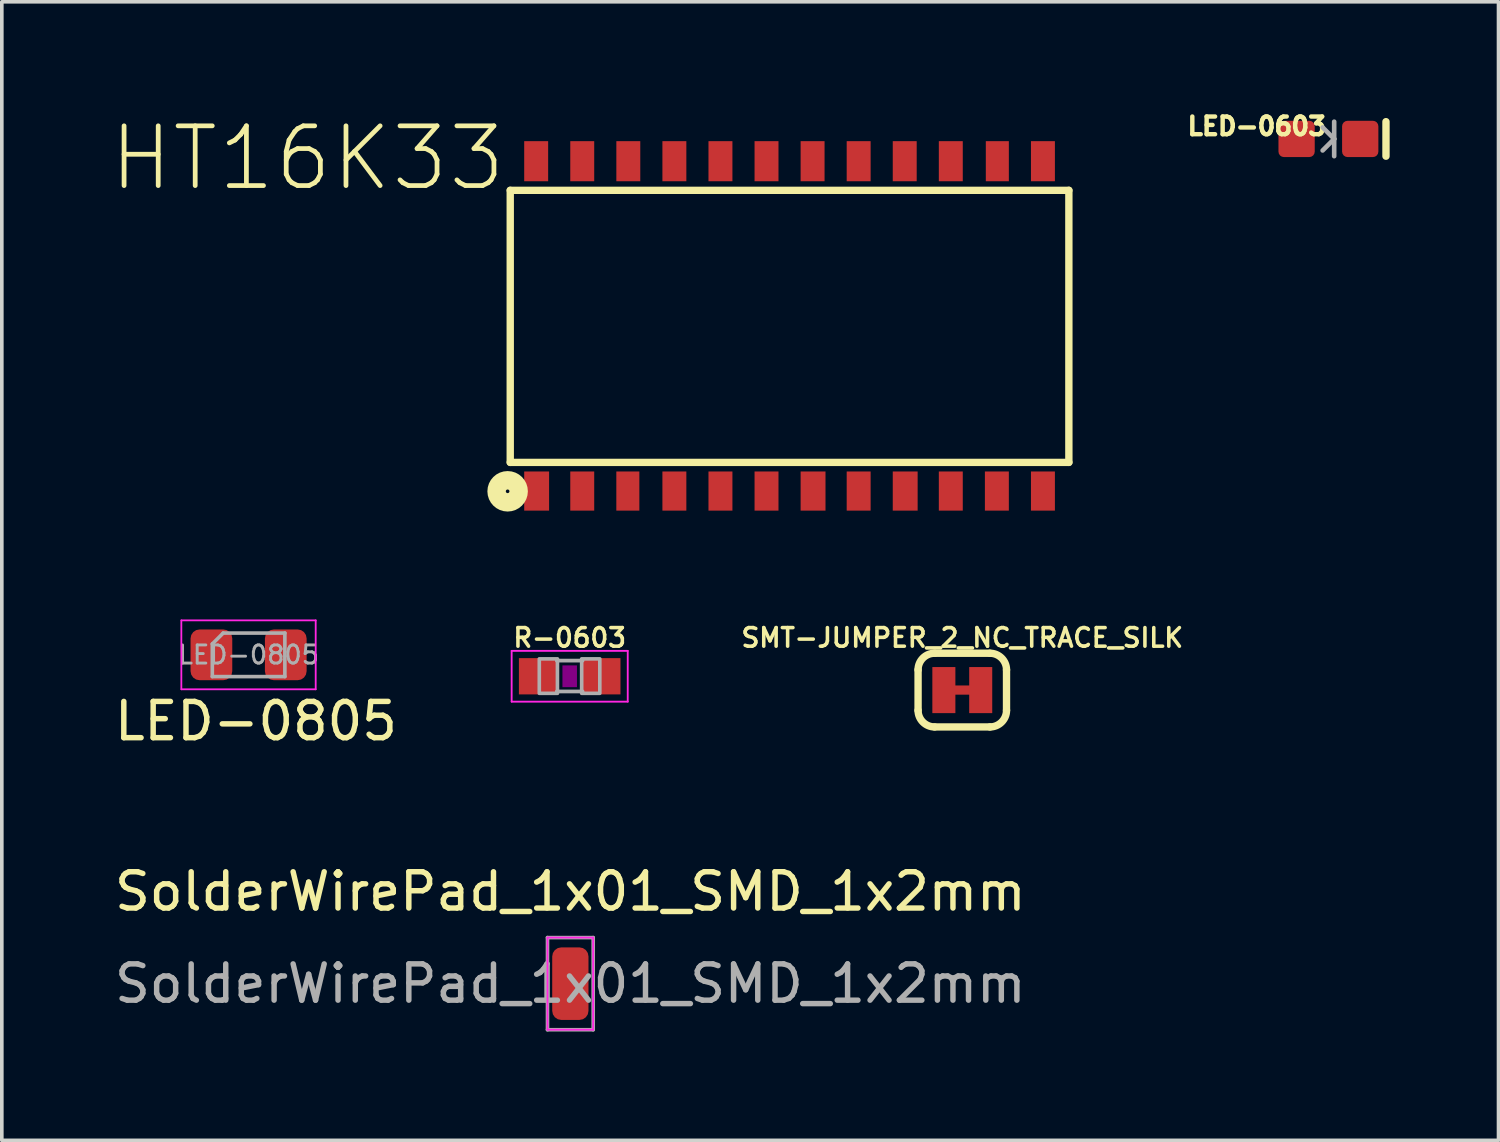
<source format=kicad_pcb>
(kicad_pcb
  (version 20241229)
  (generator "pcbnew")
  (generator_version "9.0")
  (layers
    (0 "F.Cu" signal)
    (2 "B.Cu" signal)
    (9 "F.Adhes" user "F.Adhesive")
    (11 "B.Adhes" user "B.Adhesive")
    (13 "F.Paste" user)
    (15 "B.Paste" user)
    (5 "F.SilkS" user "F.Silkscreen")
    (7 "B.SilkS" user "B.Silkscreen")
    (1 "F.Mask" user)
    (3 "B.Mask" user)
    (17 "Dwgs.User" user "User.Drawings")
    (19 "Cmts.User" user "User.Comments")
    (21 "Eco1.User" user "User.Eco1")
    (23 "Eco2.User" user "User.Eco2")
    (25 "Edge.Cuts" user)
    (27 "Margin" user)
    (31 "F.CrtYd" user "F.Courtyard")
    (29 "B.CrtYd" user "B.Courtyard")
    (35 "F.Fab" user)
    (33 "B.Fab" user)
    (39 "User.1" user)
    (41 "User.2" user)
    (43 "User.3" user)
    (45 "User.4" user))
  (footprint "HT16K33"
    (layer "F.Cu")
    (at 18.716 5.947)
    (property "Reference" "HT16K33" (at -7.75 -5.6 180) (layer "F.SilkS") (effects (font (size 1.647 1.647) (thickness 0.131)) (justify right top)))
    (fp_line (start -7.7 -3.75) (end 7.7 -3.75) (stroke (width 0.203) (type solid)) (layer "F.SilkS"))
    (fp_line (start -7.7 3.75) (end -7.7 -3.75) (stroke (width 0.203) (type solid)) (layer "F.SilkS"))
    (fp_line (start 7.7 -3.75) (end 7.7 3.75) (stroke (width 0.203) (type solid)) (layer "F.SilkS"))
    (fp_line (start 7.7 3.75) (end -7.7 3.75) (stroke (width 0.203) (type solid)) (layer "F.SilkS"))
    (fp_circle (center -7.772 4.547) (end -7.722 4.547) (stroke (width 0.508) (type solid)) (fill no) (layer "F.SilkS"))
    (pad "1" smd rect (at -6.972 4.54) (size 0.686 1.079) (layers "F.Cu" "F.Mask" "F.Paste"))
    (pad "2" smd rect (at -5.715 4.54) (size 0.66 1.079) (layers "F.Cu" "F.Mask" "F.Paste"))
    (pad "3" smd rect (at -4.458 4.54) (size 0.635 1.079) (layers "F.Cu" "F.Mask" "F.Paste"))
    (pad "4" smd rect (at -3.175 4.54) (size 0.66 1.079) (layers "F.Cu" "F.Mask" "F.Paste"))
    (pad "5" smd rect (at -1.905 4.54) (size 0.66 1.079) (layers "F.Cu" "F.Mask" "F.Paste"))
    (pad "6" smd rect (at -0.635 4.54) (size 0.66 1.079) (layers "F.Cu" "F.Mask" "F.Paste"))
    (pad "7" smd rect (at 0.648 4.54) (size 0.686 1.079) (layers "F.Cu" "F.Mask" "F.Paste"))
    (pad "8" smd rect (at 1.905 4.54) (size 0.66 1.079) (layers "F.Cu" "F.Mask" "F.Paste"))
    (pad "9" smd rect (at 3.188 4.54) (size 0.686 1.079) (layers "F.Cu" "F.Mask" "F.Paste"))
    (pad "10" smd rect (at 4.445 4.54) (size 0.66 1.079) (layers "F.Cu" "F.Mask" "F.Paste"))
    (pad "11" smd rect (at 5.715 4.54) (size 0.66 1.079) (layers "F.Cu" "F.Mask" "F.Paste"))
    (pad "12" smd rect (at 6.985 4.54) (size 0.66 1.079) (layers "F.Cu" "F.Mask" "F.Paste"))
    (pad "13" smd rect (at 6.985 -4.553) (size 0.66 1.105) (layers "F.Cu" "F.Mask" "F.Paste"))
    (pad "14" smd rect (at 5.728 -4.553) (size 0.635 1.105) (layers "F.Cu" "F.Mask" "F.Paste"))
    (pad "15" smd rect (at 4.445 -4.553) (size 0.66 1.105) (layers "F.Cu" "F.Mask" "F.Paste"))
    (pad "16" smd rect (at 3.175 -4.553) (size 0.66 1.105) (layers "F.Cu" "F.Mask" "F.Paste"))
    (pad "17" smd rect (at 1.905 -4.553) (size 0.66 1.105) (layers "F.Cu" "F.Mask" "F.Paste"))
    (pad "18" smd rect (at 0.635 -4.553) (size 0.66 1.105) (layers "F.Cu" "F.Mask" "F.Paste"))
    (pad "19" smd rect (at -0.635 -4.553) (size 0.66 1.105) (layers "F.Cu" "F.Mask" "F.Paste"))
    (pad "20" smd rect (at -1.905 -4.553) (size 0.66 1.105) (layers "F.Cu" "F.Mask" "F.Paste"))
    (pad "21" smd rect (at -3.175 -4.553) (size 0.66 1.105) (layers "F.Cu" "F.Mask" "F.Paste"))
    (pad "22" smd rect (at -4.445 -4.553) (size 0.66 1.105) (layers "F.Cu" "F.Mask" "F.Paste"))
    (pad "23" smd rect (at -5.715 -4.553) (size 0.66 1.105) (layers "F.Cu" "F.Mask" "F.Paste"))
    (pad "24" smd rect (at -6.985 -4.553) (size 0.66 1.105) (layers "F.Cu" "F.Mask" "F.Paste")))
  (footprint "LED-0603"
    (layer "F.Cu")
    (at 33.571 0.78)
    (property "Reference" "LED-0603" (at 0 -0.635 0) (layer "F.SilkS") (effects (font (size 0.488 0.488) (thickness 0.122)) (justify right top)))
    (fp_line (start 1.587 -0.476) (end 1.587 0.476) (stroke (width 0.203) (type solid)) (layer "F.SilkS"))
    (fp_line (start 0.159 -0.476) (end 0.159 0) (stroke (width 0.127) (type solid)) (layer "F.Fab"))
    (fp_line (start 0.159 0) (end -0.159 -0.318) (stroke (width 0.127) (type solid)) (layer "F.Fab"))
    (fp_line (start 0.159 0) (end -0.159 0.318) (stroke (width 0.127) (type solid)) (layer "F.Fab"))
    (fp_line (start 0.159 0) (end 0.159 0.476) (stroke (width 0.127) (type solid)) (layer "F.Fab"))
    (pad "1" smd roundrect (at -0.877 0 270) (size 1 1) (layers "F.Cu" "F.Mask" "F.Paste") (roundrect_rratio 0.15))
    (pad "2" smd roundrect (at 0.877 0 270) (size 1 1) (layers "F.Cu" "F.Mask" "F.Paste") (roundrect_rratio 0.15)))
  (footprint "R-0603"
    (layer "F.Cu")
    (at 12.655 15.593)
    (property "Reference" "R-0603" (at 0 -0.762 0) (layer "F.SilkS") (effects (font (size 0.512 0.512) (thickness 0.098)) (justify bottom)))
    (fp_poly (pts (xy -0.2 0.3) (xy 0.2 0.3) (xy 0.2 -0.3) (xy -0.2 -0.3)) (stroke (width 0) (type default)) (fill yes) (layer "F.Adhes"))
    (fp_line (start -1.6 -0.7) (end 1.6 -0.7) (stroke (width 0.051) (type solid)) (layer "F.CrtYd"))
    (fp_line (start -1.6 0.7) (end -1.6 -0.7) (stroke (width 0.051) (type solid)) (layer "F.CrtYd"))
    (fp_line (start 1.6 -0.7) (end 1.6 0.7) (stroke (width 0.051) (type solid)) (layer "F.CrtYd"))
    (fp_line (start 1.6 0.7) (end -1.6 0.7) (stroke (width 0.051) (type solid)) (layer "F.CrtYd"))
    (fp_line (start -0.356 -0.432) (end 0.356 -0.432) (stroke (width 0.102) (type solid)) (layer "F.Fab"))
    (fp_line (start -0.356 0.419) (end 0.356 0.419) (stroke (width 0.102) (type solid)) (layer "F.Fab"))
    (fp_poly (pts (xy -0.838 0.47) (xy -0.338 0.47) (xy -0.338 -0.48) (xy -0.838 -0.48)) (stroke (width 0.1) (type default)) (fill no) (layer "F.Fab"))
    (fp_poly (pts (xy 0.33 0.47) (xy 0.83 0.47) (xy 0.83 -0.48) (xy 0.33 -0.48)) (stroke (width 0.1) (type default)) (fill no) (layer "F.Fab"))
    (pad "1" smd rect (at -0.85 0) (size 1.1 1) (layers "F.Cu" "F.Mask" "F.Paste"))
    (pad "2" smd rect (at 0.85 0) (size 1.1 1) (layers "F.Cu" "F.Mask" "F.Paste")))
  (footprint "SMT-JUMPER_2_NC_TRACE_SILK"
    (layer "F.Cu")
    (at 23.478 15.974)
    (property "Reference" "SMT-JUMPER_2_NC_TRACE_SILK" (at 0 -1.143 0) (layer "F.SilkS") (effects (font (size 0.512 0.512) (thickness 0.098)) (justify bottom)))
    (fp_line (start -0.508 0) (end 0.508 0) (stroke (width 0.254) (type solid)) (layer "F.Cu"))
    (fp_poly (pts (xy 0.254 0.191) (xy -0.254 0.191) (xy -0.254 -0.191) (xy 0.254 -0.191)) (stroke (width 0) (type default)) (fill yes) (layer "F.Mask"))
    (fp_line (start -1.219 0.559) (end -1.219 -0.559) (stroke (width 0.203) (type solid)) (layer "F.SilkS"))
    (fp_line (start -0.762 -1.016) (end 0.762 -1.016) (stroke (width 0.203) (type solid)) (layer "F.SilkS"))
    (fp_line (start 0.762 1.016) (end -0.762 1.016) (stroke (width 0.203) (type solid)) (layer "F.SilkS"))
    (fp_line (start 1.219 0.559) (end 1.219 -0.559) (stroke (width 0.203) (type solid)) (layer "F.SilkS"))
    (fp_arc (start -1.2192 -0.5588) (mid -1.085289 -0.882089) (end -0.762 -1.016) (stroke (width 0.2032) (type solid)) (layer "F.SilkS"))
    (fp_arc (start -0.762 1.016) (mid -1.085289 0.882089) (end -1.2192 0.5588) (stroke (width 0.2032) (type solid)) (layer "F.SilkS"))
    (fp_arc (start 0.762 -1.016) (mid 1.085289 -0.882089) (end 1.2192 -0.5588) (stroke (width 0.2032) (type solid)) (layer "F.SilkS"))
    (fp_arc (start 1.2192 0.5588) (mid 1.085289 0.882089) (end 0.762 1.016) (stroke (width 0.2032) (type solid)) (layer "F.SilkS"))
    (pad "1" smd rect (at -0.508 0) (size 0.635 1.27) (layers "F.Cu" "F.Mask"))
    (pad "2" smd rect (at 0.508 0) (size 0.635 1.27) (layers "F.Cu" "F.Mask")))
  (footprint "SolderWirePad_1x01_SMD_1x2mm"
    (layer "F.Cu")
    (at 12.673 24.067)
    (property "Reference" "SolderWirePad_1x01_SMD_1x2mm" (at 0 -2.54 0) (layer "F.SilkS") (effects (font (size 1 1) (thickness 0.15))))
    (attr exclude_from_pos_files exclude_from_bom)
    (fp_line (start -0.63 -1.27) (end -0.63 1.27) (stroke (width 0.05) (type solid)) (layer "F.CrtYd"))
    (fp_line (start -0.63 1.27) (end 0.63 1.27) (stroke (width 0.05) (type solid)) (layer "F.CrtYd"))
    (fp_line (start 0.63 -1.27) (end -0.63 -1.27) (stroke (width 0.05) (type solid)) (layer "F.CrtYd"))
    (fp_line (start 0.63 1.27) (end 0.63 -1.27) (stroke (width 0.05) (type solid)) (layer "F.CrtYd"))
    (fp_line (start -0.63 -1.27) (end 0.63 -1.27) (stroke (width 0.1) (type solid)) (layer "F.Fab"))
    (fp_line (start -0.63 1.27) (end -0.63 -1.27) (stroke (width 0.1) (type solid)) (layer "F.Fab"))
    (fp_line (start 0.63 -1.27) (end 0.63 1.27) (stroke (width 0.1) (type solid)) (layer "F.Fab"))
    (fp_line (start 0.63 1.27) (end -0.63 1.27) (stroke (width 0.1) (type solid)) (layer "F.Fab"))
    (fp_text user "${REFERENCE}" (at 0 0 0) (layer "F.Fab") (effects (font (size 1 1) (thickness 0.15))))
    (pad "1" smd roundrect (at 0 0) (size 1 2) (layers "F.Cu" "F.Mask" "F.Paste") (roundrect_rratio 0.25)))
  (footprint "LED-0805"
    (layer "F.Cu")
    (at 3.803 15.002)
    (property "Reference" "LED-0805" (at 0.203 1.829 0) (layer "F.SilkS") (effects (font (size 1 1) (thickness 0.15))))
    (attr smd)
    (fp_line (start -1.854 -0.95) (end -1.854 0.95) (stroke (width 0.05) (type solid)) (layer "F.CrtYd"))
    (fp_line (start -1.85 -0.95) (end 1.85 -0.95) (stroke (width 0.05) (type solid)) (layer "F.CrtYd"))
    (fp_line (start 1.85 -0.95) (end 1.85 0.95) (stroke (width 0.05) (type solid)) (layer "F.CrtYd"))
    (fp_line (start 1.85 0.95) (end -1.85 0.95) (stroke (width 0.05) (type solid)) (layer "F.CrtYd"))
    (fp_line (start -1 -0.3) (end -1 0.6) (stroke (width 0.1) (type solid)) (layer "F.Fab"))
    (fp_line (start -1 0.6) (end 1 0.6) (stroke (width 0.1) (type solid)) (layer "F.Fab"))
    (fp_line (start -0.7 -0.6) (end -1 -0.3) (stroke (width 0.1) (type solid)) (layer "F.Fab"))
    (fp_line (start 1 -0.6) (end -0.7 -0.6) (stroke (width 0.1) (type solid)) (layer "F.Fab"))
    (fp_line (start 1 0.6) (end 1 -0.6) (stroke (width 0.1) (type solid)) (layer "F.Fab"))
    (fp_text user "${REFERENCE}" (at 0 0 0) (layer "F.Fab") (effects (font (size 0.5 0.5) (thickness 0.08))))
    (pad "1" smd roundrect (at -1.025 0) (size 1.15 1.4) (layers "F.Cu" "F.Mask" "F.Paste") (roundrect_rratio 0.217))
    (pad "2" smd roundrect (at 1.025 0) (size 1.15 1.4) (layers "F.Cu" "F.Mask" "F.Paste") (roundrect_rratio 0.217)))
  (gr_rect
    (start -3 -3)
    (end 38.26 28.387)
    (stroke (width 0.1) (type default))
    (fill no)
    (layer "Edge.Cuts")))
</source>
